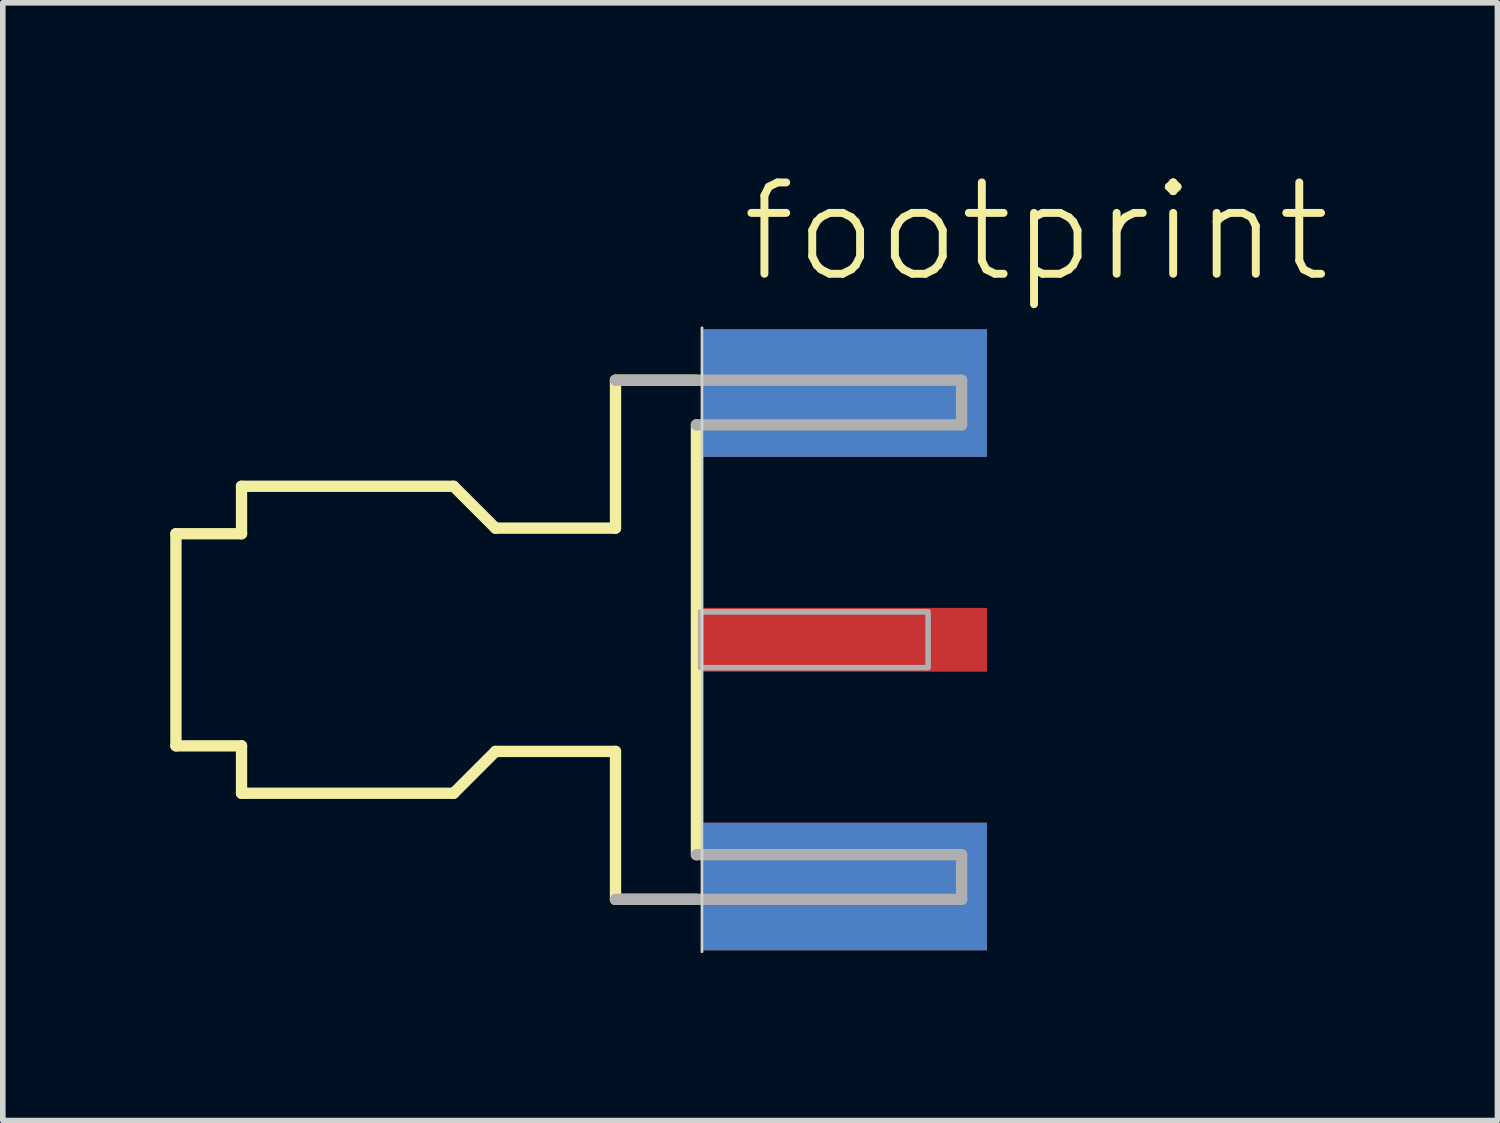
<source format=kicad_pcb>
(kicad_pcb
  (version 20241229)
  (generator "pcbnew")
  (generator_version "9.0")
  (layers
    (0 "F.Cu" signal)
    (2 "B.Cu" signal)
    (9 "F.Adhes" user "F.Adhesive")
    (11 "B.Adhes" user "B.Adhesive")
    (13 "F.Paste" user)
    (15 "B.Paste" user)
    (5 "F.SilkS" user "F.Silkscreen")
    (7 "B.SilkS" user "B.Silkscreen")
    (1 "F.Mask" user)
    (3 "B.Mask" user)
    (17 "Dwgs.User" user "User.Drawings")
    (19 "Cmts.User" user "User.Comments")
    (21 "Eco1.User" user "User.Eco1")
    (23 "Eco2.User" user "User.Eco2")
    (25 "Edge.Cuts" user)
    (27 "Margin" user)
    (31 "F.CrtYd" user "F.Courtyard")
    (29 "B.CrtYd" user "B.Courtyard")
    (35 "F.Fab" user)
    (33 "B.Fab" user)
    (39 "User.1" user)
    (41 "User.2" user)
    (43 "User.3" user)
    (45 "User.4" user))
  (footprint "footprint"
    (layer "F.Cu")
    (at 9.527 8.412)
    (property "Reference" "footprint" (at 0.635 -6.35 0) (layer "F.SilkS") (effects (font (size 1.636 1.636) (thickness 0.142)) (justify left bottom)))
    (fp_line (start -9.425 -1.9) (end -8.25 -1.9) (stroke (width 0.203) (type solid)) (layer "F.SilkS"))
    (fp_line (start -9.425 1.9) (end -9.425 -1.9) (stroke (width 0.203) (type solid)) (layer "F.SilkS"))
    (fp_line (start -8.25 -2.75) (end -4.45 -2.75) (stroke (width 0.203) (type solid)) (layer "F.SilkS"))
    (fp_line (start -8.25 -1.9) (end -8.25 -2.75) (stroke (width 0.203) (type solid)) (layer "F.SilkS"))
    (fp_line (start -8.25 1.9) (end -9.425 1.9) (stroke (width 0.203) (type solid)) (layer "F.SilkS"))
    (fp_line (start -8.25 2.75) (end -8.25 1.9) (stroke (width 0.203) (type solid)) (layer "F.SilkS"))
    (fp_line (start -4.45 -2.75) (end -3.7 -2) (stroke (width 0.203) (type solid)) (layer "F.SilkS"))
    (fp_line (start -4.45 2.75) (end -8.25 2.75) (stroke (width 0.203) (type solid)) (layer "F.SilkS"))
    (fp_line (start -3.7 -2) (end -1.55 -2) (stroke (width 0.203) (type solid)) (layer "F.SilkS"))
    (fp_line (start -3.7 2) (end -4.45 2.75) (stroke (width 0.203) (type solid)) (layer "F.SilkS"))
    (fp_line (start -1.55 -4.65) (end -0.1 -4.65) (stroke (width 0.203) (type solid)) (layer "F.SilkS"))
    (fp_line (start -1.55 -2) (end -1.55 -4.65) (stroke (width 0.203) (type solid)) (layer "F.SilkS"))
    (fp_line (start -1.55 2) (end -3.7 2) (stroke (width 0.203) (type solid)) (layer "F.SilkS"))
    (fp_line (start -1.55 4.65) (end -1.55 2) (stroke (width 0.203) (type solid)) (layer "F.SilkS"))
    (fp_line (start -0.1 3.85) (end -0.1 -3.85) (stroke (width 0.203) (type solid)) (layer "F.SilkS"))
    (fp_line (start -0.1 4.65) (end -1.55 4.65) (stroke (width 0.203) (type solid)) (layer "F.SilkS"))
    (fp_line (start 0 -5.588) (end 0 5.588) (stroke (width 0.05) (type solid)) (layer "Edge.Cuts"))
    (fp_line (start -1.55 -4.65) (end 4.65 -4.65) (stroke (width 0.203) (type solid)) (layer "F.Fab"))
    (fp_line (start -0.1 -3.85) (end 4.65 -3.85) (stroke (width 0.203) (type solid)) (layer "F.Fab"))
    (fp_line (start 4.65 -3.85) (end 4.65 -4.65) (stroke (width 0.203) (type solid)) (layer "F.Fab"))
    (fp_line (start 4.65 3.85) (end -0.1 3.85) (stroke (width 0.203) (type solid)) (layer "F.Fab"))
    (fp_line (start 4.65 4.65) (end -1.55 4.65) (stroke (width 0.203) (type solid)) (layer "F.Fab"))
    (fp_line (start 4.65 4.65) (end 4.65 3.85) (stroke (width 0.203) (type solid)) (layer "F.Fab"))
    (fp_poly (pts (xy -0.025 0.5) (xy 4.05 0.5) (xy 4.05 -0.5) (xy -0.025 -0.5)) (stroke (width 0.1) (type solid)) (fill no) (layer "F.Fab"))
    (pad "1" smd rect (at 2.565 0) (size 5.08 1.143) (layers "F.Cu" "F.Mask" "F.Paste"))
    (pad "G@1" smd rect (at 2.565 -4.42) (size 5.08 2.286) (layers "F.Cu" "F.Mask" "F.Paste"))
    (pad "G@2" smd rect (at 2.565 4.42) (size 5.08 2.286) (layers "F.Cu" "F.Mask" "F.Paste"))
    (pad "G@3" smd rect (at 2.565 -4.42) (size 5.08 2.286) (layers "B.Cu" "B.Mask" "B.Paste"))
    (pad "G@4" smd rect (at 2.565 4.42) (size 5.08 2.286) (layers "B.Cu" "B.Mask" "B.Paste")))
  (gr_rect
    (start -3 -3)
    (end 23.777 17.025)
    (stroke (width 0.1) (type default))
    (fill no)
    (layer "Edge.Cuts")))
</source>
